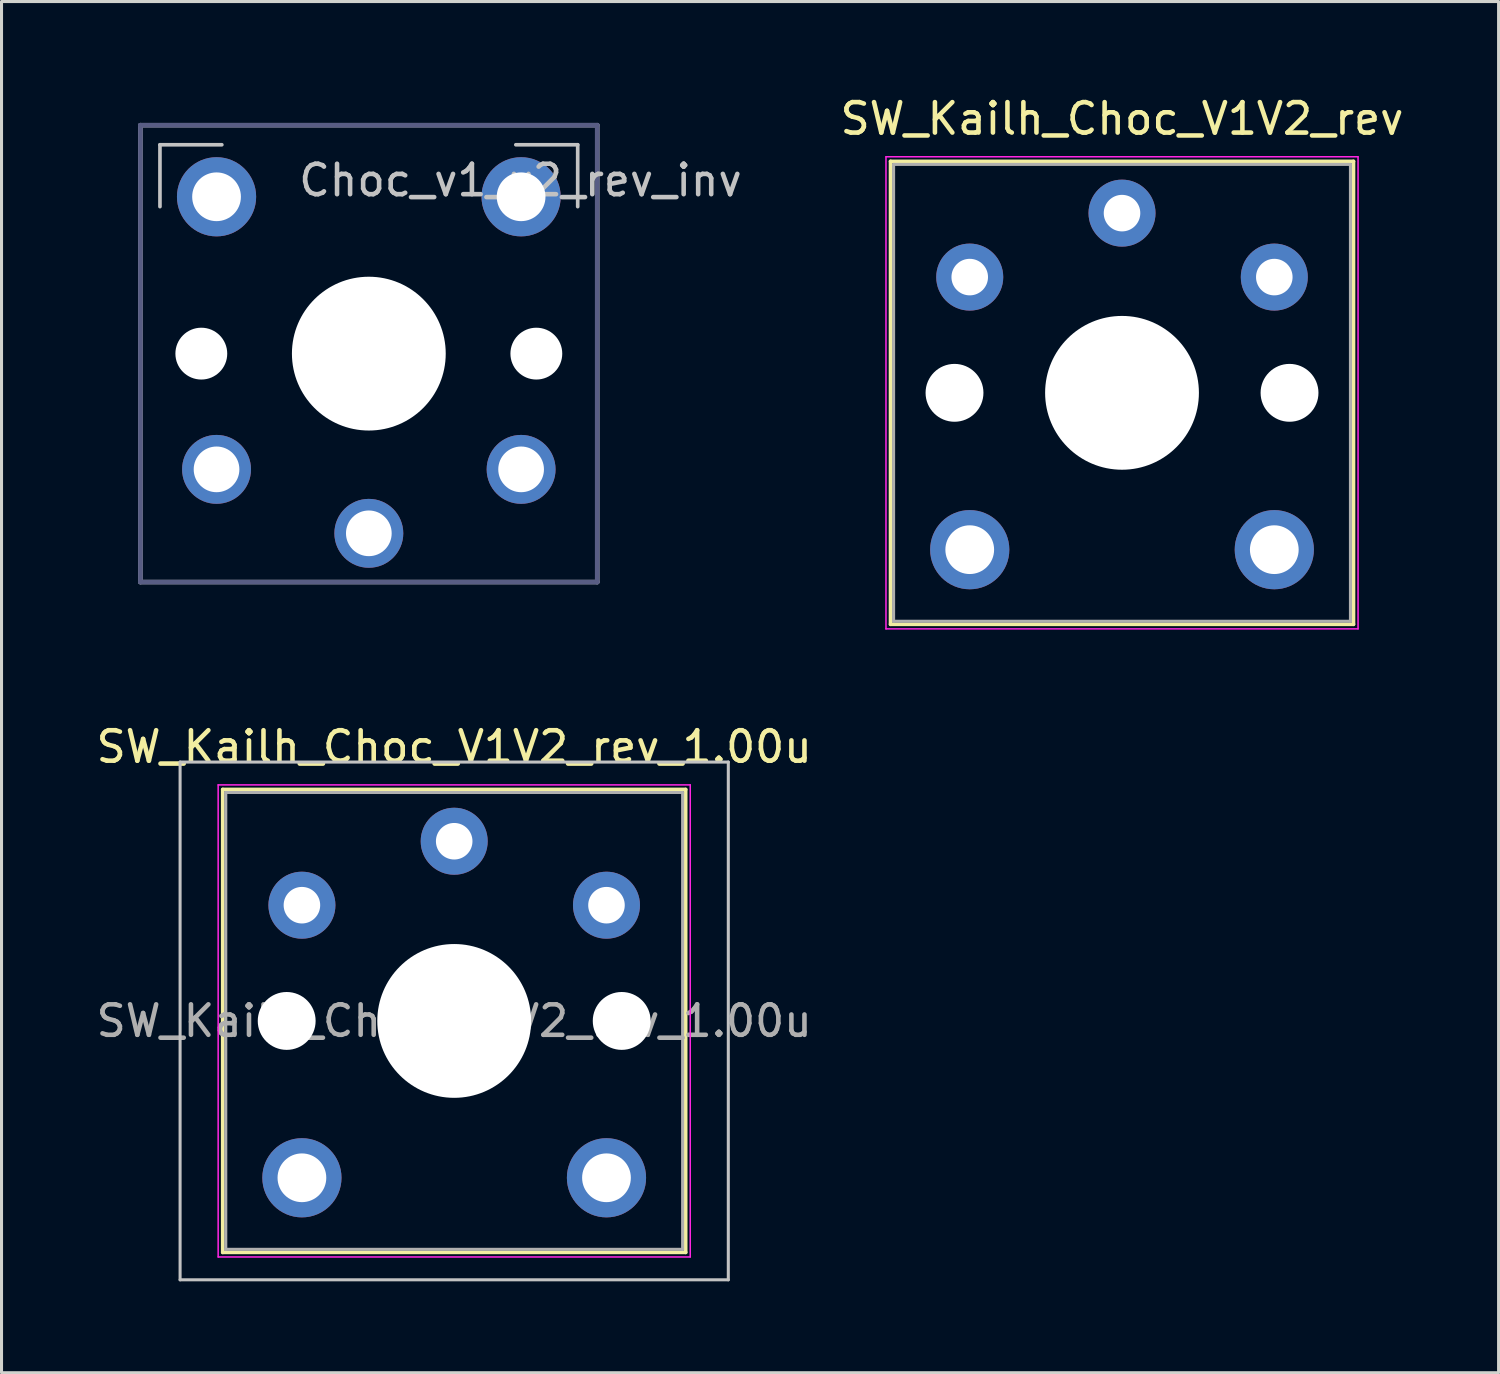
<source format=kicad_pcb>
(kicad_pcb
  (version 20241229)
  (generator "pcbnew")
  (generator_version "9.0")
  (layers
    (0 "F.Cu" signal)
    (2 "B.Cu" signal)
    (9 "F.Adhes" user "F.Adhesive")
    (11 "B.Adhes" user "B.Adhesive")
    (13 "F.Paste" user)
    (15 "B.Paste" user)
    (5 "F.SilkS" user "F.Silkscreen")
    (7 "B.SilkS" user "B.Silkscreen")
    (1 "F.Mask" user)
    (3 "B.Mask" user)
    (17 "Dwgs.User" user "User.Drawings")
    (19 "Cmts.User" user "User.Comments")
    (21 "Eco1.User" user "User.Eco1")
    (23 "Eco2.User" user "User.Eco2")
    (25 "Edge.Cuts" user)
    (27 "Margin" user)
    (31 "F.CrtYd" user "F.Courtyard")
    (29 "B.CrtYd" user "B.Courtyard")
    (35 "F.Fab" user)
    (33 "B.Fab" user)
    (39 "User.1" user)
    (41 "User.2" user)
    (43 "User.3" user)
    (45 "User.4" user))
  (footprint "SW_Kailh_Choc_V1V2_rev"
    (layer "F.Cu")
    (at 33.79 9.848)
    (property "Reference" "SW_Kailh_Choc_V1V2_rev" (at 0 -9 0) (layer "F.SilkS") (effects (font (size 1 1) (thickness 0.15))))
    (attr through_hole)
    (fp_line (start -7.6 -7.6) (end -7.6 7.6) (stroke (width 0.12) (type solid)) (layer "F.SilkS"))
    (fp_line (start -7.6 7.6) (end 7.6 7.6) (stroke (width 0.12) (type solid)) (layer "F.SilkS"))
    (fp_line (start 7.6 -7.6) (end -7.6 -7.6) (stroke (width 0.12) (type solid)) (layer "F.SilkS"))
    (fp_line (start 7.6 7.6) (end 7.6 -7.6) (stroke (width 0.12) (type solid)) (layer "F.SilkS"))
    (fp_line (start -7.25 -7.25) (end -7.25 7.25) (stroke (width 0.1) (type solid)) (layer "Eco1.User"))
    (fp_line (start -7.25 7.25) (end 7.25 7.25) (stroke (width 0.1) (type solid)) (layer "Eco1.User"))
    (fp_line (start 7.25 -7.25) (end -7.25 -7.25) (stroke (width 0.1) (type solid)) (layer "Eco1.User"))
    (fp_line (start 7.25 7.25) (end 7.25 -7.25) (stroke (width 0.1) (type solid)) (layer "Eco1.User"))
    (fp_line (start -7.75 -7.75) (end -7.75 7.75) (stroke (width 0.05) (type solid)) (layer "F.CrtYd"))
    (fp_line (start -7.75 7.75) (end 7.75 7.75) (stroke (width 0.05) (type solid)) (layer "F.CrtYd"))
    (fp_line (start 7.75 -7.75) (end -7.75 -7.75) (stroke (width 0.05) (type solid)) (layer "F.CrtYd"))
    (fp_line (start 7.75 7.75) (end 7.75 -7.75) (stroke (width 0.05) (type solid)) (layer "F.CrtYd"))
    (fp_line (start -7.5 -7.5) (end -7.5 7.5) (stroke (width 0.1) (type solid)) (layer "F.Fab"))
    (fp_line (start -7.5 7.5) (end 7.5 7.5) (stroke (width 0.1) (type solid)) (layer "F.Fab"))
    (fp_line (start 7.5 -7.5) (end -7.5 -7.5) (stroke (width 0.1) (type solid)) (layer "F.Fab"))
    (fp_line (start 7.5 7.5) (end 7.5 -7.5) (stroke (width 0.1) (type solid)) (layer "F.Fab"))
    (pad "" np_thru_hole circle (at -5.5 0) (size 1.9 1.9) (drill 1.9) (layers "*.Cu" "*.Mask"))
    (pad "" thru_hole circle (at -5 5.15) (size 2.6 2.6) (drill 1.6) (layers "*.Cu" "*.Mask"))
    (pad "" np_thru_hole circle (at 0 0) (size 5.05 5.05) (drill 5.05) (layers "*.Cu" "*.Mask"))
    (pad "" thru_hole circle (at 5 5.15) (size 2.6 2.6) (drill 1.6) (layers "*.Cu" "*.Mask"))
    (pad "" np_thru_hole circle (at 5.5 0) (size 1.9 1.9) (drill 1.9) (layers "*.Cu" "*.Mask"))
    (pad "1" thru_hole circle (at 0 -5.9) (size 2.2 2.2) (drill 1.2) (layers "*.Cu" "*.Mask"))
    (pad "2" thru_hole circle (at -5 -3.8) (size 2.2 2.2) (drill 1.2) (layers "*.Cu" "*.Mask"))
    (pad "2" thru_hole circle (at 5 -3.8) (size 2.2 2.2) (drill 1.2) (layers "*.Cu" "*.Mask")))
  (footprint "Choc_v1_v2_rev_inv"
    (layer "F.Cu")
    (at 9.06 8.561)
    (property "Reference" "Choc_v1_v2_rev_inv" (at 4.98 -5.69 180) (layer "Dwgs.User") (effects (font (size 1 1) (thickness 0.15))))
    (attr through_hole)
    (fp_line (start -6.858 -6.858) (end -6.858 -4.826) (stroke (width 0.12) (type solid)) (layer "Dwgs.User"))
    (fp_line (start -6.858 -6.858) (end -4.826 -6.858) (stroke (width 0.12) (type solid)) (layer "Dwgs.User"))
    (fp_line (start 6.858 -6.858) (end 4.826 -6.858) (stroke (width 0.12) (type solid)) (layer "Dwgs.User"))
    (fp_line (start 6.858 -6.858) (end 6.858 -4.826) (stroke (width 0.12) (type solid)) (layer "Dwgs.User"))
    (fp_line (start -9 8.136) (end -8.994 -8.1) (stroke (width 0.12) (type solid)) (layer "Eco1.User"))
    (fp_line (start -8.63 -8.5) (end 8.6 -8.5) (stroke (width 0.12) (type solid)) (layer "Eco1.User"))
    (fp_line (start -8.6 8.5) (end 8.636 8.5) (stroke (width 0.12) (type solid)) (layer "Eco1.User"))
    (fp_line (start 7.25 7.25) (end -7.25 7.25) (stroke (width 0.1) (type solid)) (layer "Eco1.User"))
    (fp_line (start 9 8.1) (end 9 -8.136) (stroke (width 0.12) (type solid)) (layer "Eco1.User"))
    (fp_arc (start -8.994011 -8.099594) (mid -8.898745 -8.378652) (end -8.63 -8.5) (stroke (width 0.12) (type solid)) (layer "Eco1.User"))
    (fp_arc (start -8.6 8.49968) (mid -8.879058 8.404414) (end -9.000406 8.135669) (stroke (width 0.12) (type solid)) (layer "Eco1.User"))
    (fp_arc (start 8.599915 -8.5) (mid 8.878978 -8.404734) (end 9.000321 -8.135989) (stroke (width 0.12) (type solid)) (layer "Eco1.User"))
    (fp_arc (start 9 8.1) (mid 8.904724 8.37905) (end 8.635989 8.500406) (stroke (width 0.12) (type solid)) (layer "Eco1.User"))
    (fp_line (start -6.9 6.9) (end -6.9 -6.9) (stroke (width 0.15) (type solid)) (layer "Eco2.User"))
    (fp_line (start -6.9 6.9) (end 6.9 6.9) (stroke (width 0.15) (type solid)) (layer "Eco2.User"))
    (fp_line (start -2.6 -3.1) (end -2.6 -6.3) (stroke (width 0.15) (type solid)) (layer "Eco2.User"))
    (fp_line (start -2.6 -3.1) (end 2.6 -3.1) (stroke (width 0.15) (type solid)) (layer "Eco2.User"))
    (fp_line (start 2.6 -6.3) (end -2.6 -6.3) (stroke (width 0.15) (type solid)) (layer "Eco2.User"))
    (fp_line (start 2.6 -3.1) (end 2.6 -6.3) (stroke (width 0.15) (type solid)) (layer "Eco2.User"))
    (fp_line (start 6.9 -6.9) (end -6.9 -6.9) (stroke (width 0.15) (type solid)) (layer "Eco2.User"))
    (fp_line (start 6.9 -6.9) (end 6.9 6.9) (stroke (width 0.15) (type solid)) (layer "Eco2.User"))
    (fp_line (start -7.5 -7.5) (end 7.5 -7.5) (stroke (width 0.15) (type solid)) (layer "B.Fab"))
    (fp_line (start -7.5 7.5) (end -7.5 -7.5) (stroke (width 0.15) (type solid)) (layer "B.Fab"))
    (fp_line (start 7.5 -7.5) (end 7.5 7.5) (stroke (width 0.15) (type solid)) (layer "B.Fab"))
    (fp_line (start 7.5 7.5) (end -7.5 7.5) (stroke (width 0.15) (type solid)) (layer "B.Fab"))
    (fp_line (start -7.5 -7.5) (end 7.5 -7.5) (stroke (width 0.15) (type solid)) (layer "F.Fab"))
    (fp_line (start -7.5 7.5) (end -7.5 -7.5) (stroke (width 0.15) (type solid)) (layer "F.Fab"))
    (fp_line (start 7.5 -7.5) (end 7.5 7.5) (stroke (width 0.15) (type solid)) (layer "F.Fab"))
    (fp_line (start 7.5 7.5) (end -7.5 7.5) (stroke (width 0.15) (type solid)) (layer "F.Fab"))
    (pad "" np_thru_hole circle (at -5.5 0) (size 1.702 1.702) (drill 1.702) (layers "*.Cu" "*.Mask"))
    (pad "" thru_hole circle (at -5 -5.15) (size 2.6 2.6) (drill 1.6) (layers "*.Cu" "*.Mask"))
    (pad "" np_thru_hole circle (at 0 0) (size 3.429 3.429) (drill 3.429) (layers "*.Cu" "*.Mask"))
    (pad "" np_thru_hole circle (at 0 0) (size 5.05 5.05) (drill 5.05) (layers "*.Cu" "*.Mask"))
    (pad "" thru_hole circle (at 5 -5.15) (size 2.6 2.6) (drill 1.6) (layers "*.Cu" "*.Mask"))
    (pad "" np_thru_hole circle (at 5.5 0) (size 1.702 1.702) (drill 1.702) (layers "*.Cu" "*.Mask"))
    (pad "1" thru_hole circle (at 0 5.9) (size 2.262 2.262) (drill 1.5) (layers "*.Cu" "*.Mask"))
    (pad "2" thru_hole circle (at -5 3.8) (size 2.262 2.262) (drill 1.5) (layers "*.Cu" "*.Mask"))
    (pad "2" thru_hole circle (at 5 3.8) (size 2.262 2.262) (drill 1.5) (layers "*.Cu" "*.Mask")))
  (footprint "SW_Kailh_Choc_V1V2_rev_1.00u"
    (layer "F.Cu")
    (at 11.863 30.471)
    (property "Reference" "SW_Kailh_Choc_V1V2_rev_1.00u" (at 0 -9 0) (layer "F.SilkS") (effects (font (size 1 1) (thickness 0.15))))
    (attr through_hole)
    (fp_line (start -7.6 -7.6) (end -7.6 7.6) (stroke (width 0.12) (type solid)) (layer "F.SilkS"))
    (fp_line (start -7.6 7.6) (end 7.6 7.6) (stroke (width 0.12) (type solid)) (layer "F.SilkS"))
    (fp_line (start 7.6 -7.6) (end -7.6 -7.6) (stroke (width 0.12) (type solid)) (layer "F.SilkS"))
    (fp_line (start 7.6 7.6) (end 7.6 -7.6) (stroke (width 0.12) (type solid)) (layer "F.SilkS"))
    (fp_line (start -9 -8.5) (end -9 8.5) (stroke (width 0.1) (type solid)) (layer "Dwgs.User"))
    (fp_line (start -9 8.5) (end 9 8.5) (stroke (width 0.1) (type solid)) (layer "Dwgs.User"))
    (fp_line (start 9 -8.5) (end -9 -8.5) (stroke (width 0.1) (type solid)) (layer "Dwgs.User"))
    (fp_line (start 9 8.5) (end 9 -8.5) (stroke (width 0.1) (type solid)) (layer "Dwgs.User"))
    (fp_line (start -7.25 -7.25) (end -7.25 7.25) (stroke (width 0.1) (type solid)) (layer "Eco1.User"))
    (fp_line (start -7.25 7.25) (end 7.25 7.25) (stroke (width 0.1) (type solid)) (layer "Eco1.User"))
    (fp_line (start 7.25 -7.25) (end -7.25 -7.25) (stroke (width 0.1) (type solid)) (layer "Eco1.User"))
    (fp_line (start 7.25 7.25) (end 7.25 -7.25) (stroke (width 0.1) (type solid)) (layer "Eco1.User"))
    (fp_line (start -7.75 -7.75) (end -7.75 7.75) (stroke (width 0.05) (type solid)) (layer "F.CrtYd"))
    (fp_line (start -7.75 7.75) (end 7.75 7.75) (stroke (width 0.05) (type solid)) (layer "F.CrtYd"))
    (fp_line (start 7.75 -7.75) (end -7.75 -7.75) (stroke (width 0.05) (type solid)) (layer "F.CrtYd"))
    (fp_line (start 7.75 7.75) (end 7.75 -7.75) (stroke (width 0.05) (type solid)) (layer "F.CrtYd"))
    (fp_line (start -7.5 -7.5) (end -7.5 7.5) (stroke (width 0.1) (type solid)) (layer "F.Fab"))
    (fp_line (start -7.5 7.5) (end 7.5 7.5) (stroke (width 0.1) (type solid)) (layer "F.Fab"))
    (fp_line (start 7.5 -7.5) (end -7.5 -7.5) (stroke (width 0.1) (type solid)) (layer "F.Fab"))
    (fp_line (start 7.5 7.5) (end 7.5 -7.5) (stroke (width 0.1) (type solid)) (layer "F.Fab"))
    (fp_text user "${REFERENCE}" (at 0 0 0) (layer "F.Fab") (effects (font (size 1 1) (thickness 0.15))))
    (pad "" np_thru_hole circle (at -5.5 0) (size 1.9 1.9) (drill 1.9) (layers "*.Cu" "*.Mask"))
    (pad "" thru_hole circle (at -5 5.15) (size 2.6 2.6) (drill 1.6) (layers "*.Cu" "*.Mask"))
    (pad "" np_thru_hole circle (at 0 0) (size 5.05 5.05) (drill 5.05) (layers "*.Cu" "*.Mask"))
    (pad "" thru_hole circle (at 5 5.15) (size 2.6 2.6) (drill 1.6) (layers "*.Cu" "*.Mask"))
    (pad "" np_thru_hole circle (at 5.5 0) (size 1.9 1.9) (drill 1.9) (layers "*.Cu" "*.Mask"))
    (pad "1" thru_hole circle (at 0 -5.9) (size 2.2 2.2) (drill 1.2) (layers "*.Cu" "*.Mask"))
    (pad "2" thru_hole circle (at -5 -3.8) (size 2.2 2.2) (drill 1.2) (layers "*.Cu" "*.Mask"))
    (pad "2" thru_hole circle (at 5 -3.8) (size 2.2 2.2) (drill 1.2) (layers "*.Cu" "*.Mask")))
  (gr_rect
    (start -3 -3)
    (end 46.154 42.022)
    (stroke (width 0.1) (type default))
    (fill no)
    (layer "Edge.Cuts")))
</source>
